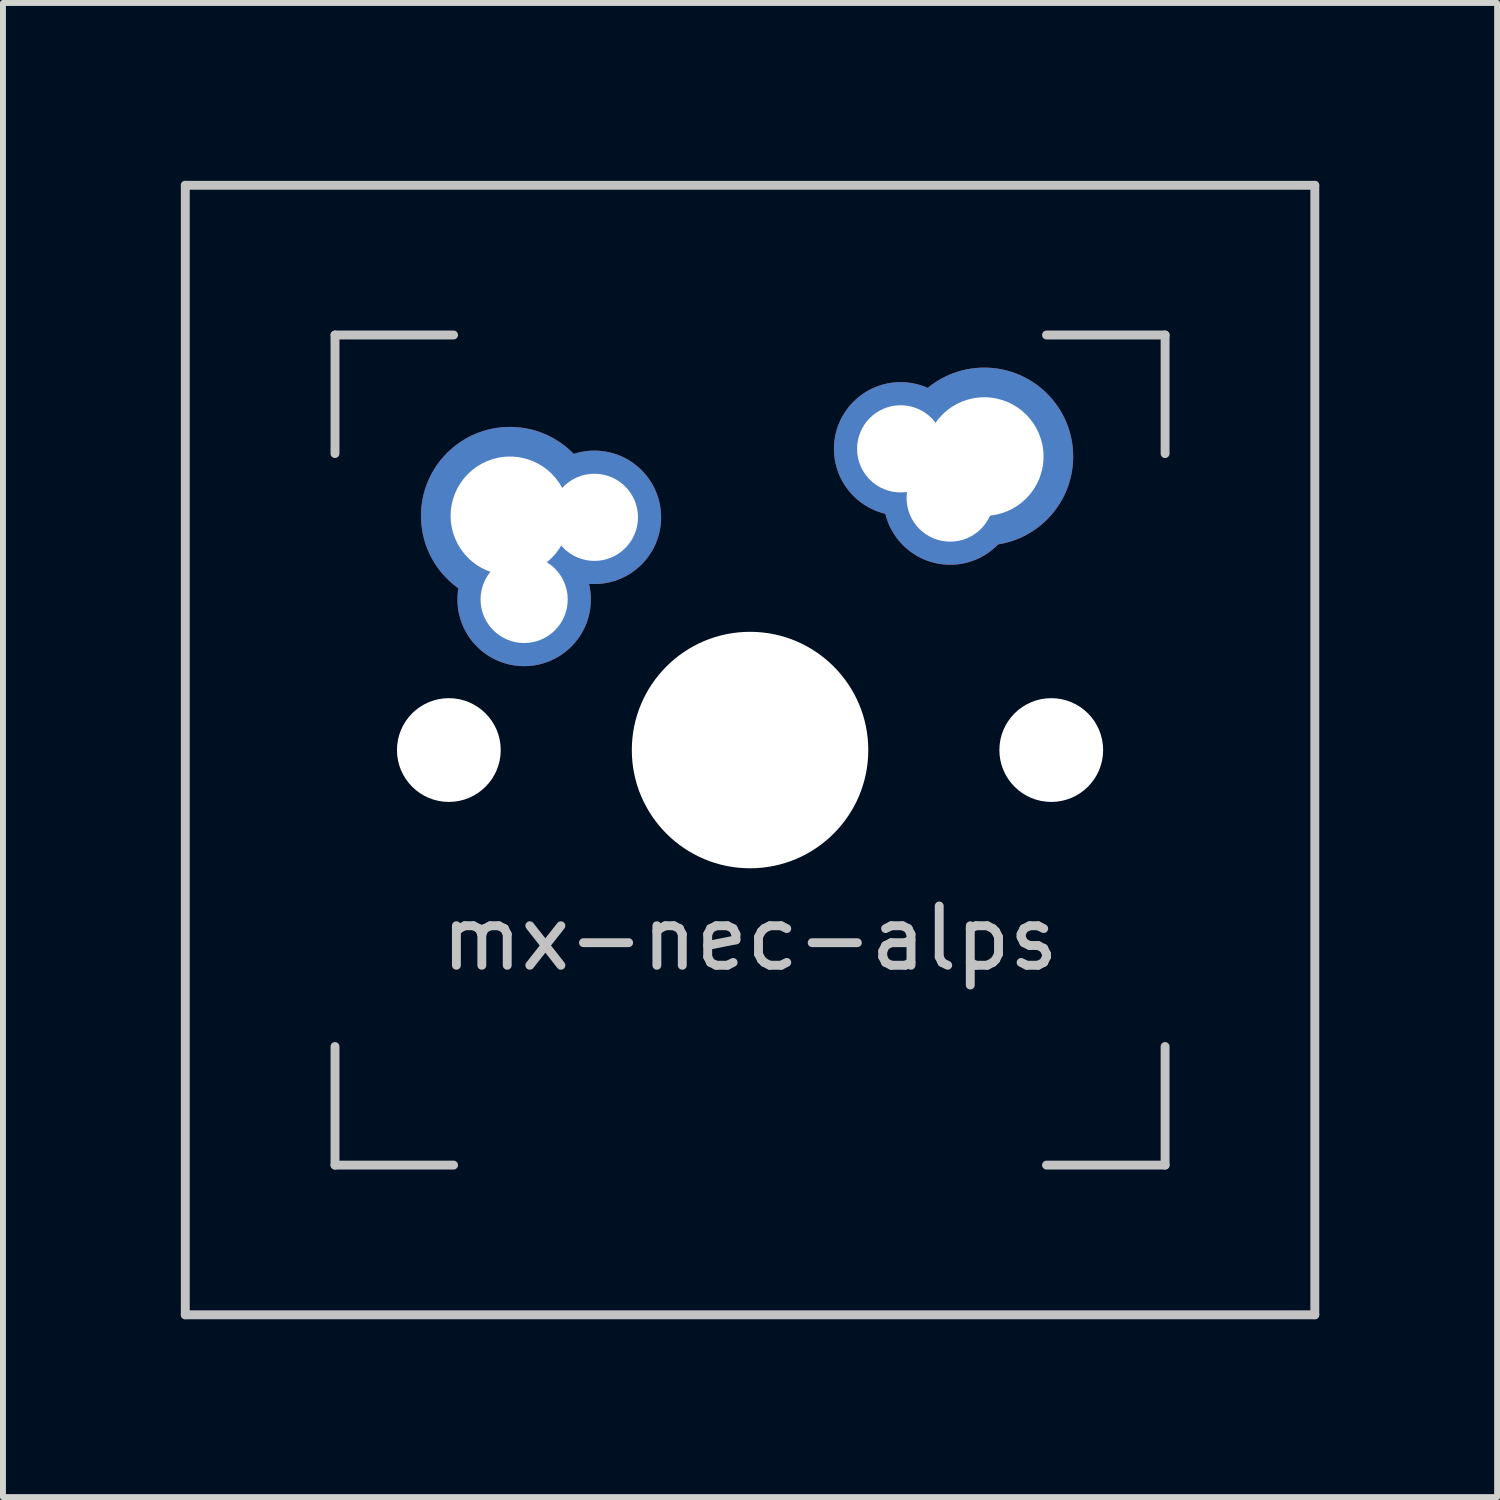
<source format=kicad_pcb>
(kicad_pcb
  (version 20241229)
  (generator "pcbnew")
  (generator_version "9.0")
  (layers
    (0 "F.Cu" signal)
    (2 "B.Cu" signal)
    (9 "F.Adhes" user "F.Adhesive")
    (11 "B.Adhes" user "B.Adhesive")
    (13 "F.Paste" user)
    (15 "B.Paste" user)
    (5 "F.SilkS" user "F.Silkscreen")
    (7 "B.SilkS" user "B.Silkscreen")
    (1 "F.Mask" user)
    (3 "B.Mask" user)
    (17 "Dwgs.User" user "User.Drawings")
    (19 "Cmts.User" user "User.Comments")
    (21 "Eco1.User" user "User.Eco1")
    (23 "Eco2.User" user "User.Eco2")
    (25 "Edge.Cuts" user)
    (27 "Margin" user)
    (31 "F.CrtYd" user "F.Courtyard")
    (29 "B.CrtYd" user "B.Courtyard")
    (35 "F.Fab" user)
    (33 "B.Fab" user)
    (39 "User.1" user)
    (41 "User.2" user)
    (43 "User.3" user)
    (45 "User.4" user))
  (footprint "mx-nec-alps"
    (layer "F.Cu")
    (at 9.6 9.6)
    (property "Reference" "mx-nec-alps" (at 0 3.175 0) (layer "Dwgs.User") (effects (font (size 1 1) (thickness 0.15))))
    (attr through_hole)
    (fp_line (start -9.525 -9.525) (end 9.525 -9.525) (stroke (width 0.15) (type solid)) (layer "Dwgs.User"))
    (fp_line (start -9.525 9.525) (end -9.525 -9.525) (stroke (width 0.15) (type solid)) (layer "Dwgs.User"))
    (fp_line (start -7 -7) (end -7 -5) (stroke (width 0.15) (type solid)) (layer "Dwgs.User"))
    (fp_line (start -7 5) (end -7 7) (stroke (width 0.15) (type solid)) (layer "Dwgs.User"))
    (fp_line (start -7 7) (end -5 7) (stroke (width 0.15) (type solid)) (layer "Dwgs.User"))
    (fp_line (start -5 -7) (end -7 -7) (stroke (width 0.15) (type solid)) (layer "Dwgs.User"))
    (fp_line (start 5 -7) (end 7 -7) (stroke (width 0.15) (type solid)) (layer "Dwgs.User"))
    (fp_line (start 5 7) (end 7 7) (stroke (width 0.15) (type solid)) (layer "Dwgs.User"))
    (fp_line (start 7 -7) (end 7 -5) (stroke (width 0.15) (type solid)) (layer "Dwgs.User"))
    (fp_line (start 7 7) (end 7 5) (stroke (width 0.15) (type solid)) (layer "Dwgs.User"))
    (fp_line (start 9.525 -9.525) (end 9.525 9.525) (stroke (width 0.15) (type solid)) (layer "Dwgs.User"))
    (fp_line (start 9.525 9.525) (end -9.525 9.525) (stroke (width 0.15) (type solid)) (layer "Dwgs.User"))
    (pad "" np_thru_hole circle (at -5.08 0 48.1) (size 1.75 1.75) (drill 1.75) (layers "*.Cu" "*.Mask"))
    (pad "" np_thru_hole circle (at 0 0) (size 3.988 3.988) (drill 3.988) (layers "*.Cu" "*.Mask"))
    (pad "" np_thru_hole circle (at 5.08 0 48.1) (size 1.75 1.75) (drill 1.75) (layers "*.Cu" "*.Mask"))
    (pad "1" thru_hole circle (at -4.05 -3.95) (size 3 3) (drill 2) (layers "*.Cu" "B.Mask"))
    (pad "1" thru_hole circle (at -3.81 -2.54) (size 2.25 2.25) (drill 1.47) (layers "*.Cu" "B.Mask"))
    (pad "1" thru_hole circle (at -2.625 -3.925) (size 2.25 2.25) (drill 1.47) (layers "*.Cu" "B.Mask"))
    (pad "2" thru_hole circle (at 2.54 -5.08) (size 2.25 2.25) (drill 1.47) (layers "*.Cu" "B.Mask"))
    (pad "2" thru_hole circle (at 3.375 -4.25) (size 2.25 2.25) (drill 1.47) (layers "*.Cu" "B.Mask"))
    (pad "2" thru_hole circle (at 3.95 -4.95) (size 3 3) (drill 2) (layers "*.Cu" "B.Mask")))
  (gr_rect
    (start -3 -3)
    (end 22.2 22.2)
    (stroke (width 0.1) (type default))
    (fill no)
    (layer "Edge.Cuts")))
</source>
